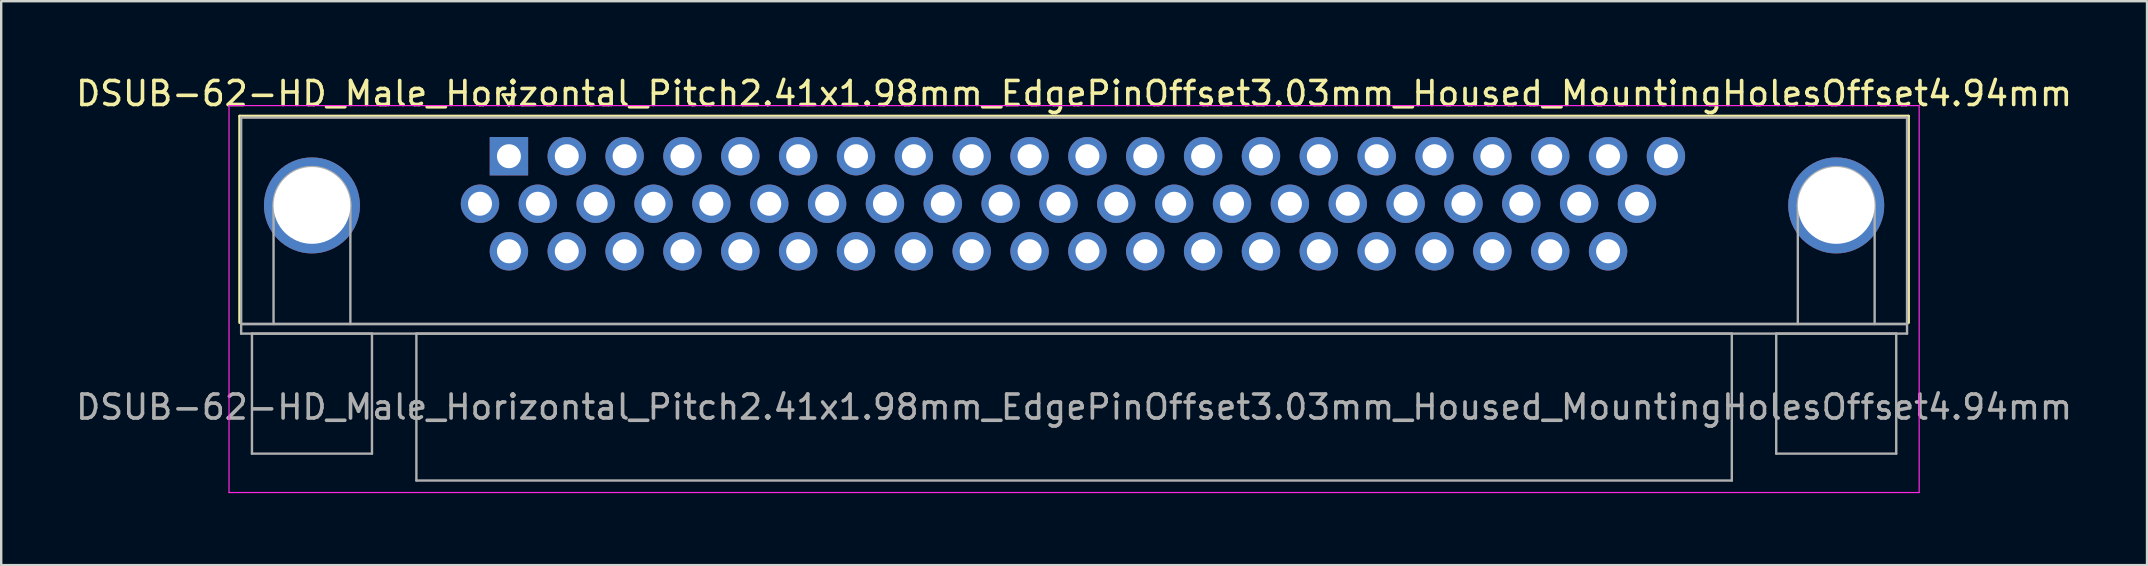
<source format=kicad_pcb>
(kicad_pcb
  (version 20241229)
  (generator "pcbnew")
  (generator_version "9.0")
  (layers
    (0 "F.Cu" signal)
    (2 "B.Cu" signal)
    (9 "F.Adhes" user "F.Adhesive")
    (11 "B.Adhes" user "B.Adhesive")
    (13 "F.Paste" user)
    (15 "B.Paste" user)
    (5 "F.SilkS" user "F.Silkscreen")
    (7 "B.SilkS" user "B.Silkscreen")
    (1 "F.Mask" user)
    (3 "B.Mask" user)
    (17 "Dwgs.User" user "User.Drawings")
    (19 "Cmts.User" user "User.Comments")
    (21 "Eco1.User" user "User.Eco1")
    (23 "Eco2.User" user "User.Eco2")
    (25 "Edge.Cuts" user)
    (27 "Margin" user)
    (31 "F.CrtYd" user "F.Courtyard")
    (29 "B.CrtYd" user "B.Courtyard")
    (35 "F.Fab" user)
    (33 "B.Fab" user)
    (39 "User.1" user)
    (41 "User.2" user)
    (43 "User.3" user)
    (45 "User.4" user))
  (footprint "DSUB-62-HD_Male_Horizontal_Pitch2.41x1.98mm_EdgePinOffset3.03mm_Housed_MountingHolesOffset4.94mm"
    (layer "F.Cu")
    (at 18.151 3.458)
    (property "Reference" "DSUB-62-HD_Male_Horizontal_Pitch2.41x1.98mm_EdgePinOffset3.03mm_Housed_MountingHolesOffset4.94mm" (at 23.545 -2.61 0) (layer "F.SilkS") (effects (font (size 1 1) (thickness 0.15))))
    (attr through_hole)
    (fp_line (start -11.215 -1.67) (end 58.305 -1.67) (stroke (width 0.12) (type solid)) (layer "F.SilkS"))
    (fp_line (start -11.215 6.93) (end -11.215 -1.67) (stroke (width 0.12) (type solid)) (layer "F.SilkS"))
    (fp_line (start -0.25 -2.564) (end 0.25 -2.564) (stroke (width 0.12) (type solid)) (layer "F.SilkS"))
    (fp_line (start 0 -2.131) (end -0.25 -2.564) (stroke (width 0.12) (type solid)) (layer "F.SilkS"))
    (fp_line (start 0.25 -2.564) (end 0 -2.131) (stroke (width 0.12) (type solid)) (layer "F.SilkS"))
    (fp_line (start 58.305 -1.67) (end 58.305 6.93) (stroke (width 0.12) (type solid)) (layer "F.SilkS"))
    (fp_line (start -11.66 -2.11) (end -11.66 14.01) (stroke (width 0.05) (type solid)) (layer "F.CrtYd"))
    (fp_line (start -11.66 14.01) (end 58.75 14.01) (stroke (width 0.05) (type solid)) (layer "F.CrtYd"))
    (fp_line (start 58.75 -2.11) (end -11.66 -2.11) (stroke (width 0.05) (type solid)) (layer "F.CrtYd"))
    (fp_line (start 58.75 14.01) (end 58.75 -2.11) (stroke (width 0.05) (type solid)) (layer "F.CrtYd"))
    (fp_line (start -11.155 -1.61) (end -11.155 6.99) (stroke (width 0.1) (type solid)) (layer "F.Fab"))
    (fp_line (start -11.155 6.99) (end -11.155 7.39) (stroke (width 0.1) (type solid)) (layer "F.Fab"))
    (fp_line (start -11.155 6.99) (end 58.245 6.99) (stroke (width 0.1) (type solid)) (layer "F.Fab"))
    (fp_line (start -11.155 7.39) (end 58.245 7.39) (stroke (width 0.1) (type solid)) (layer "F.Fab"))
    (fp_line (start -10.705 7.39) (end -10.705 12.39) (stroke (width 0.1) (type solid)) (layer "F.Fab"))
    (fp_line (start -10.705 12.39) (end -5.705 12.39) (stroke (width 0.1) (type solid)) (layer "F.Fab"))
    (fp_line (start -9.805 6.99) (end -9.805 2.05) (stroke (width 0.1) (type solid)) (layer "F.Fab"))
    (fp_line (start -6.605 6.99) (end -6.605 2.05) (stroke (width 0.1) (type solid)) (layer "F.Fab"))
    (fp_line (start -5.705 7.39) (end -10.705 7.39) (stroke (width 0.1) (type solid)) (layer "F.Fab"))
    (fp_line (start -5.705 12.39) (end -5.705 7.39) (stroke (width 0.1) (type solid)) (layer "F.Fab"))
    (fp_line (start -3.855 7.39) (end -3.855 13.51) (stroke (width 0.1) (type solid)) (layer "F.Fab"))
    (fp_line (start -3.855 13.51) (end 50.945 13.51) (stroke (width 0.1) (type solid)) (layer "F.Fab"))
    (fp_line (start 50.945 7.39) (end -3.855 7.39) (stroke (width 0.1) (type solid)) (layer "F.Fab"))
    (fp_line (start 50.945 13.51) (end 50.945 7.39) (stroke (width 0.1) (type solid)) (layer "F.Fab"))
    (fp_line (start 52.795 7.39) (end 52.795 12.39) (stroke (width 0.1) (type solid)) (layer "F.Fab"))
    (fp_line (start 52.795 12.39) (end 57.795 12.39) (stroke (width 0.1) (type solid)) (layer "F.Fab"))
    (fp_line (start 53.695 6.99) (end 53.695 2.05) (stroke (width 0.1) (type solid)) (layer "F.Fab"))
    (fp_line (start 56.895 6.99) (end 56.895 2.05) (stroke (width 0.1) (type solid)) (layer "F.Fab"))
    (fp_line (start 57.795 7.39) (end 52.795 7.39) (stroke (width 0.1) (type solid)) (layer "F.Fab"))
    (fp_line (start 57.795 12.39) (end 57.795 7.39) (stroke (width 0.1) (type solid)) (layer "F.Fab"))
    (fp_line (start 58.245 -1.61) (end -11.155 -1.61) (stroke (width 0.1) (type solid)) (layer "F.Fab"))
    (fp_line (start 58.245 6.99) (end -11.155 6.99) (stroke (width 0.1) (type solid)) (layer "F.Fab"))
    (fp_line (start 58.245 6.99) (end 58.245 -1.61) (stroke (width 0.1) (type solid)) (layer "F.Fab"))
    (fp_line (start 58.245 7.39) (end 58.245 6.99) (stroke (width 0.1) (type solid)) (layer "F.Fab"))
    (fp_arc (start -9.805 2.05) (mid -8.205 0.45) (end -6.605 2.05) (stroke (width 0.1) (type solid)) (layer "F.Fab"))
    (fp_arc (start 53.695 2.05) (mid 55.295 0.45) (end 56.895 2.05) (stroke (width 0.1) (type solid)) (layer "F.Fab"))
    (fp_text user "${REFERENCE}" (at 23.545 10.45 0) (layer "F.Fab") (effects (font (size 1 1) (thickness 0.15))))
    (pad "0" thru_hole circle (at -8.205 2.05) (size 4 4) (drill 3.2) (layers "*.Cu" "*.Mask"))
    (pad "0" thru_hole circle (at 55.295 2.05) (size 4 4) (drill 3.2) (layers "*.Cu" "*.Mask"))
    (pad "1" thru_hole rect (at 0 0) (size 1.6 1.6) (drill 1) (layers "*.Cu" "*.Mask"))
    (pad "2" thru_hole circle (at 2.41 0) (size 1.6 1.6) (drill 1) (layers "*.Cu" "*.Mask"))
    (pad "3" thru_hole circle (at 4.82 0) (size 1.6 1.6) (drill 1) (layers "*.Cu" "*.Mask"))
    (pad "4" thru_hole circle (at 7.23 0) (size 1.6 1.6) (drill 1) (layers "*.Cu" "*.Mask"))
    (pad "5" thru_hole circle (at 9.64 0) (size 1.6 1.6) (drill 1) (layers "*.Cu" "*.Mask"))
    (pad "6" thru_hole circle (at 12.05 0) (size 1.6 1.6) (drill 1) (layers "*.Cu" "*.Mask"))
    (pad "7" thru_hole circle (at 14.46 0) (size 1.6 1.6) (drill 1) (layers "*.Cu" "*.Mask"))
    (pad "8" thru_hole circle (at 16.87 0) (size 1.6 1.6) (drill 1) (layers "*.Cu" "*.Mask"))
    (pad "9" thru_hole circle (at 19.28 0) (size 1.6 1.6) (drill 1) (layers "*.Cu" "*.Mask"))
    (pad "10" thru_hole circle (at 21.69 0) (size 1.6 1.6) (drill 1) (layers "*.Cu" "*.Mask"))
    (pad "11" thru_hole circle (at 24.1 0) (size 1.6 1.6) (drill 1) (layers "*.Cu" "*.Mask"))
    (pad "12" thru_hole circle (at 26.51 0) (size 1.6 1.6) (drill 1) (layers "*.Cu" "*.Mask"))
    (pad "13" thru_hole circle (at 28.92 0) (size 1.6 1.6) (drill 1) (layers "*.Cu" "*.Mask"))
    (pad "14" thru_hole circle (at 31.33 0) (size 1.6 1.6) (drill 1) (layers "*.Cu" "*.Mask"))
    (pad "15" thru_hole circle (at 33.74 0) (size 1.6 1.6) (drill 1) (layers "*.Cu" "*.Mask"))
    (pad "16" thru_hole circle (at 36.15 0) (size 1.6 1.6) (drill 1) (layers "*.Cu" "*.Mask"))
    (pad "17" thru_hole circle (at 38.56 0) (size 1.6 1.6) (drill 1) (layers "*.Cu" "*.Mask"))
    (pad "18" thru_hole circle (at 40.97 0) (size 1.6 1.6) (drill 1) (layers "*.Cu" "*.Mask"))
    (pad "19" thru_hole circle (at 43.38 0) (size 1.6 1.6) (drill 1) (layers "*.Cu" "*.Mask"))
    (pad "20" thru_hole circle (at 45.79 0) (size 1.6 1.6) (drill 1) (layers "*.Cu" "*.Mask"))
    (pad "21" thru_hole circle (at 48.2 0) (size 1.6 1.6) (drill 1) (layers "*.Cu" "*.Mask"))
    (pad "22" thru_hole circle (at -1.205 1.98) (size 1.6 1.6) (drill 1) (layers "*.Cu" "*.Mask"))
    (pad "23" thru_hole circle (at 1.205 1.98) (size 1.6 1.6) (drill 1) (layers "*.Cu" "*.Mask"))
    (pad "24" thru_hole circle (at 3.615 1.98) (size 1.6 1.6) (drill 1) (layers "*.Cu" "*.Mask"))
    (pad "25" thru_hole circle (at 6.025 1.98) (size 1.6 1.6) (drill 1) (layers "*.Cu" "*.Mask"))
    (pad "26" thru_hole circle (at 8.435 1.98) (size 1.6 1.6) (drill 1) (layers "*.Cu" "*.Mask"))
    (pad "27" thru_hole circle (at 10.845 1.98) (size 1.6 1.6) (drill 1) (layers "*.Cu" "*.Mask"))
    (pad "28" thru_hole circle (at 13.255 1.98) (size 1.6 1.6) (drill 1) (layers "*.Cu" "*.Mask"))
    (pad "29" thru_hole circle (at 15.665 1.98) (size 1.6 1.6) (drill 1) (layers "*.Cu" "*.Mask"))
    (pad "30" thru_hole circle (at 18.075 1.98) (size 1.6 1.6) (drill 1) (layers "*.Cu" "*.Mask"))
    (pad "31" thru_hole circle (at 20.485 1.98) (size 1.6 1.6) (drill 1) (layers "*.Cu" "*.Mask"))
    (pad "32" thru_hole circle (at 22.895 1.98) (size 1.6 1.6) (drill 1) (layers "*.Cu" "*.Mask"))
    (pad "33" thru_hole circle (at 25.305 1.98) (size 1.6 1.6) (drill 1) (layers "*.Cu" "*.Mask"))
    (pad "34" thru_hole circle (at 27.715 1.98) (size 1.6 1.6) (drill 1) (layers "*.Cu" "*.Mask"))
    (pad "35" thru_hole circle (at 30.125 1.98) (size 1.6 1.6) (drill 1) (layers "*.Cu" "*.Mask"))
    (pad "36" thru_hole circle (at 32.535 1.98) (size 1.6 1.6) (drill 1) (layers "*.Cu" "*.Mask"))
    (pad "37" thru_hole circle (at 34.945 1.98) (size 1.6 1.6) (drill 1) (layers "*.Cu" "*.Mask"))
    (pad "38" thru_hole circle (at 37.355 1.98) (size 1.6 1.6) (drill 1) (layers "*.Cu" "*.Mask"))
    (pad "39" thru_hole circle (at 39.765 1.98) (size 1.6 1.6) (drill 1) (layers "*.Cu" "*.Mask"))
    (pad "40" thru_hole circle (at 42.175 1.98) (size 1.6 1.6) (drill 1) (layers "*.Cu" "*.Mask"))
    (pad "41" thru_hole circle (at 44.585 1.98) (size 1.6 1.6) (drill 1) (layers "*.Cu" "*.Mask"))
    (pad "42" thru_hole circle (at 46.995 1.98) (size 1.6 1.6) (drill 1) (layers "*.Cu" "*.Mask"))
    (pad "43" thru_hole circle (at 0 3.96) (size 1.6 1.6) (drill 1) (layers "*.Cu" "*.Mask"))
    (pad "44" thru_hole circle (at 2.41 3.96) (size 1.6 1.6) (drill 1) (layers "*.Cu" "*.Mask"))
    (pad "45" thru_hole circle (at 4.82 3.96) (size 1.6 1.6) (drill 1) (layers "*.Cu" "*.Mask"))
    (pad "46" thru_hole circle (at 7.23 3.96) (size 1.6 1.6) (drill 1) (layers "*.Cu" "*.Mask"))
    (pad "47" thru_hole circle (at 9.64 3.96) (size 1.6 1.6) (drill 1) (layers "*.Cu" "*.Mask"))
    (pad "48" thru_hole circle (at 12.05 3.96) (size 1.6 1.6) (drill 1) (layers "*.Cu" "*.Mask"))
    (pad "49" thru_hole circle (at 14.46 3.96) (size 1.6 1.6) (drill 1) (layers "*.Cu" "*.Mask"))
    (pad "50" thru_hole circle (at 16.87 3.96) (size 1.6 1.6) (drill 1) (layers "*.Cu" "*.Mask"))
    (pad "51" thru_hole circle (at 19.28 3.96) (size 1.6 1.6) (drill 1) (layers "*.Cu" "*.Mask"))
    (pad "52" thru_hole circle (at 21.69 3.96) (size 1.6 1.6) (drill 1) (layers "*.Cu" "*.Mask"))
    (pad "53" thru_hole circle (at 24.1 3.96) (size 1.6 1.6) (drill 1) (layers "*.Cu" "*.Mask"))
    (pad "54" thru_hole circle (at 26.51 3.96) (size 1.6 1.6) (drill 1) (layers "*.Cu" "*.Mask"))
    (pad "55" thru_hole circle (at 28.92 3.96) (size 1.6 1.6) (drill 1) (layers "*.Cu" "*.Mask"))
    (pad "56" thru_hole circle (at 31.33 3.96) (size 1.6 1.6) (drill 1) (layers "*.Cu" "*.Mask"))
    (pad "57" thru_hole circle (at 33.74 3.96) (size 1.6 1.6) (drill 1) (layers "*.Cu" "*.Mask"))
    (pad "58" thru_hole circle (at 36.15 3.96) (size 1.6 1.6) (drill 1) (layers "*.Cu" "*.Mask"))
    (pad "59" thru_hole circle (at 38.56 3.96) (size 1.6 1.6) (drill 1) (layers "*.Cu" "*.Mask"))
    (pad "60" thru_hole circle (at 40.97 3.96) (size 1.6 1.6) (drill 1) (layers "*.Cu" "*.Mask"))
    (pad "61" thru_hole circle (at 43.38 3.96) (size 1.6 1.6) (drill 1) (layers "*.Cu" "*.Mask"))
    (pad "62" thru_hole circle (at 45.79 3.96) (size 1.6 1.6) (drill 1) (layers "*.Cu" "*.Mask")))
  (gr_rect
    (start -3 -3)
    (end 86.393 20.493)
    (stroke (width 0.1) (type default))
    (fill no)
    (layer "Edge.Cuts")))
</source>
